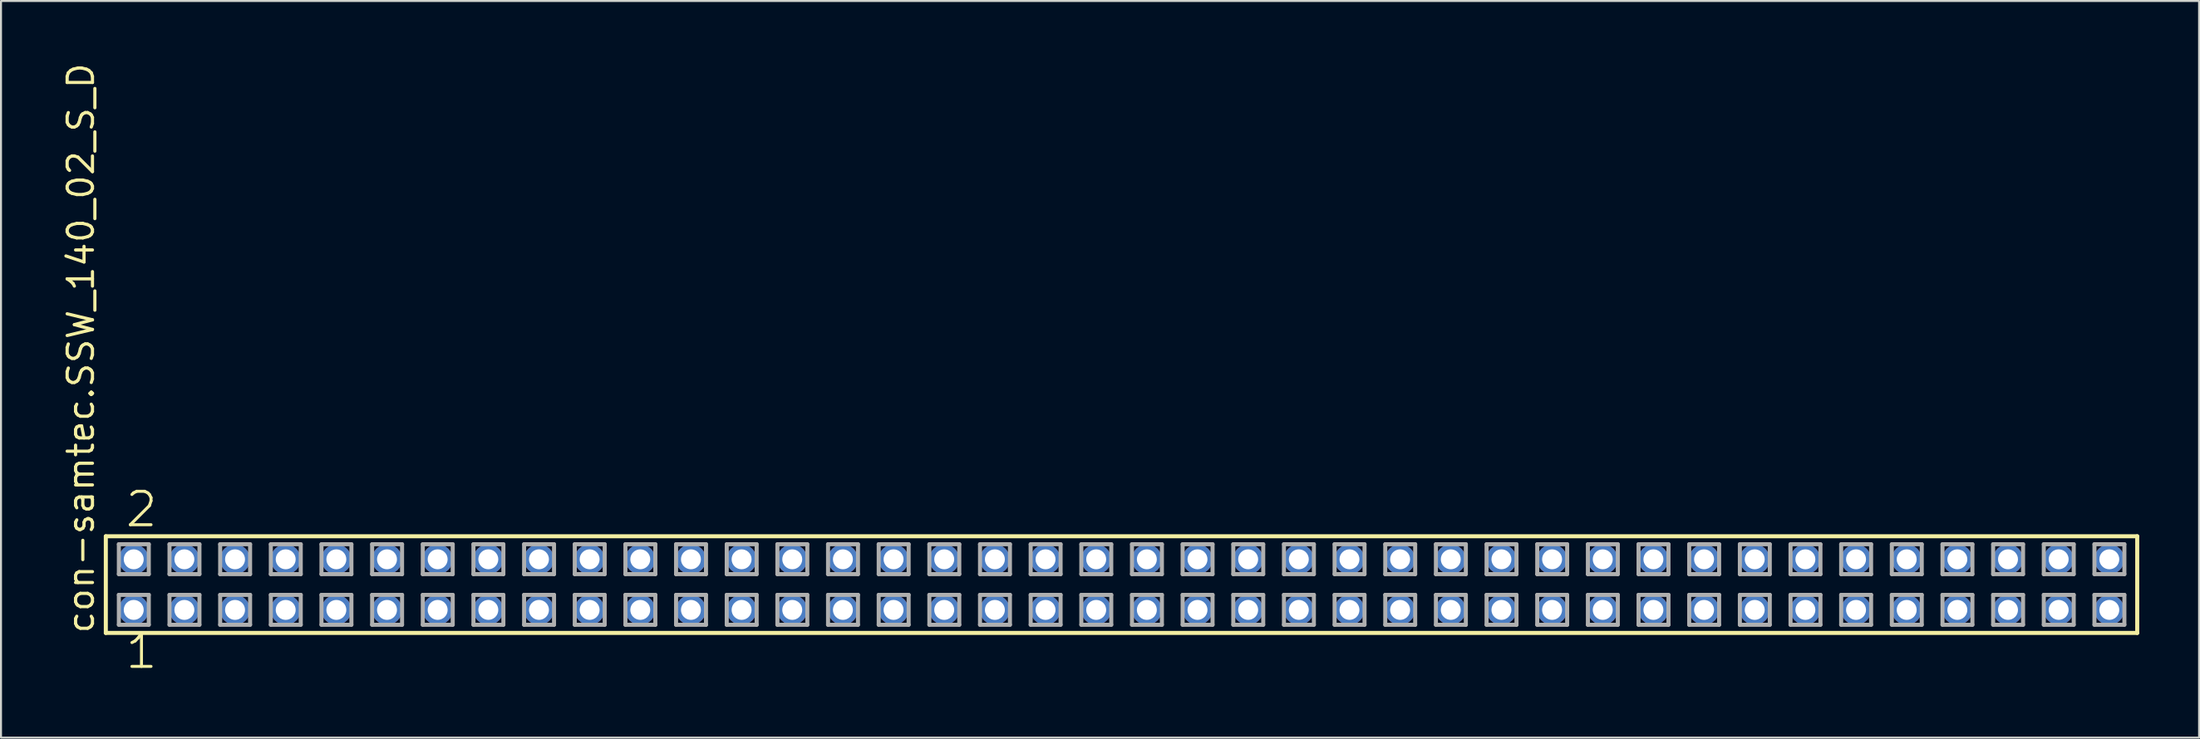
<source format=kicad_pcb>
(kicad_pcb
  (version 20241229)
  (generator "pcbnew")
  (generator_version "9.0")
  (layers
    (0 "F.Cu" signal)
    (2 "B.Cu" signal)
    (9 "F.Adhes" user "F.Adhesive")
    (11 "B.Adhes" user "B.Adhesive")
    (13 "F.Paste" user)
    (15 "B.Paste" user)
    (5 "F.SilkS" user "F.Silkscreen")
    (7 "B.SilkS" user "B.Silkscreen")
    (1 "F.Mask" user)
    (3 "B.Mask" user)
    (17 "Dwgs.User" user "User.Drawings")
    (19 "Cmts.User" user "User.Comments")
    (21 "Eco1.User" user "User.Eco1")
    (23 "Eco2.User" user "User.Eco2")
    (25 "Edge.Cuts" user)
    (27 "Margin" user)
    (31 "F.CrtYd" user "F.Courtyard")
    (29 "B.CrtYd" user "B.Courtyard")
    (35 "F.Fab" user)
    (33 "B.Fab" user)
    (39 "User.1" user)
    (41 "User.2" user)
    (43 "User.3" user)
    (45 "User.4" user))
  (footprint "con-samtec.SSW_140_02_S_D"
    (layer "F.Cu")
    (at 53.185 26.291)
    (property "Reference" "con-samtec.SSW_140_02_S_D" (at -51.435 2.54 90) (layer "F.SilkS") (effects (font (size 1.27 1.27) (thickness 0.16)) (justify left bottom)))
    (attr through_hole)
    (fp_line (start -50.929 -2.425) (end 50.929 -2.425) (stroke (width 0.203) (type default)) (layer "F.SilkS"))
    (fp_line (start -50.929 2.425) (end -50.929 -2.425) (stroke (width 0.203) (type default)) (layer "F.SilkS"))
    (fp_line (start 50.929 -2.425) (end 50.929 2.425) (stroke (width 0.203) (type default)) (layer "F.SilkS"))
    (fp_line (start 50.929 2.425) (end -50.929 2.425) (stroke (width 0.203) (type default)) (layer "F.SilkS"))
    (fp_line (start -50.275 -2.025) (end -48.775 -2.025) (stroke (width 0.203) (type default)) (layer "F.Fab"))
    (fp_line (start -50.275 -0.525) (end -50.275 -2.025) (stroke (width 0.203) (type default)) (layer "F.Fab"))
    (fp_line (start -50.275 0.515) (end -48.775 0.515) (stroke (width 0.203) (type default)) (layer "F.Fab"))
    (fp_line (start -50.275 2.015) (end -50.275 0.515) (stroke (width 0.203) (type default)) (layer "F.Fab"))
    (fp_line (start -48.775 -2.025) (end -48.775 -0.525) (stroke (width 0.203) (type default)) (layer "F.Fab"))
    (fp_line (start -48.775 -0.525) (end -50.275 -0.525) (stroke (width 0.203) (type default)) (layer "F.Fab"))
    (fp_line (start -48.775 0.515) (end -48.775 2.015) (stroke (width 0.203) (type default)) (layer "F.Fab"))
    (fp_line (start -48.775 2.015) (end -50.275 2.015) (stroke (width 0.203) (type default)) (layer "F.Fab"))
    (fp_line (start -47.735 -2.025) (end -46.235 -2.025) (stroke (width 0.203) (type default)) (layer "F.Fab"))
    (fp_line (start -47.735 -0.525) (end -47.735 -2.025) (stroke (width 0.203) (type default)) (layer "F.Fab"))
    (fp_line (start -47.735 0.515) (end -46.235 0.515) (stroke (width 0.203) (type default)) (layer "F.Fab"))
    (fp_line (start -47.735 2.015) (end -47.735 0.515) (stroke (width 0.203) (type default)) (layer "F.Fab"))
    (fp_line (start -46.235 -2.025) (end -46.235 -0.525) (stroke (width 0.203) (type default)) (layer "F.Fab"))
    (fp_line (start -46.235 -0.525) (end -47.735 -0.525) (stroke (width 0.203) (type default)) (layer "F.Fab"))
    (fp_line (start -46.235 0.515) (end -46.235 2.015) (stroke (width 0.203) (type default)) (layer "F.Fab"))
    (fp_line (start -46.235 2.015) (end -47.735 2.015) (stroke (width 0.203) (type default)) (layer "F.Fab"))
    (fp_line (start -45.195 -2.025) (end -43.695 -2.025) (stroke (width 0.203) (type default)) (layer "F.Fab"))
    (fp_line (start -45.195 -0.525) (end -45.195 -2.025) (stroke (width 0.203) (type default)) (layer "F.Fab"))
    (fp_line (start -45.195 0.515) (end -43.695 0.515) (stroke (width 0.203) (type default)) (layer "F.Fab"))
    (fp_line (start -45.195 2.015) (end -45.195 0.515) (stroke (width 0.203) (type default)) (layer "F.Fab"))
    (fp_line (start -43.695 -2.025) (end -43.695 -0.525) (stroke (width 0.203) (type default)) (layer "F.Fab"))
    (fp_line (start -43.695 -0.525) (end -45.195 -0.525) (stroke (width 0.203) (type default)) (layer "F.Fab"))
    (fp_line (start -43.695 0.515) (end -43.695 2.015) (stroke (width 0.203) (type default)) (layer "F.Fab"))
    (fp_line (start -43.695 2.015) (end -45.195 2.015) (stroke (width 0.203) (type default)) (layer "F.Fab"))
    (fp_line (start -42.655 -2.025) (end -41.155 -2.025) (stroke (width 0.203) (type default)) (layer "F.Fab"))
    (fp_line (start -42.655 -0.525) (end -42.655 -2.025) (stroke (width 0.203) (type default)) (layer "F.Fab"))
    (fp_line (start -42.655 0.515) (end -41.155 0.515) (stroke (width 0.203) (type default)) (layer "F.Fab"))
    (fp_line (start -42.655 2.015) (end -42.655 0.515) (stroke (width 0.203) (type default)) (layer "F.Fab"))
    (fp_line (start -41.155 -2.025) (end -41.155 -0.525) (stroke (width 0.203) (type default)) (layer "F.Fab"))
    (fp_line (start -41.155 -0.525) (end -42.655 -0.525) (stroke (width 0.203) (type default)) (layer "F.Fab"))
    (fp_line (start -41.155 0.515) (end -41.155 2.015) (stroke (width 0.203) (type default)) (layer "F.Fab"))
    (fp_line (start -41.155 2.015) (end -42.655 2.015) (stroke (width 0.203) (type default)) (layer "F.Fab"))
    (fp_line (start -40.115 -2.025) (end -38.615 -2.025) (stroke (width 0.203) (type default)) (layer "F.Fab"))
    (fp_line (start -40.115 -0.525) (end -40.115 -2.025) (stroke (width 0.203) (type default)) (layer "F.Fab"))
    (fp_line (start -40.115 0.515) (end -38.615 0.515) (stroke (width 0.203) (type default)) (layer "F.Fab"))
    (fp_line (start -40.115 2.015) (end -40.115 0.515) (stroke (width 0.203) (type default)) (layer "F.Fab"))
    (fp_line (start -38.615 -2.025) (end -38.615 -0.525) (stroke (width 0.203) (type default)) (layer "F.Fab"))
    (fp_line (start -38.615 -0.525) (end -40.115 -0.525) (stroke (width 0.203) (type default)) (layer "F.Fab"))
    (fp_line (start -38.615 0.515) (end -38.615 2.015) (stroke (width 0.203) (type default)) (layer "F.Fab"))
    (fp_line (start -38.615 2.015) (end -40.115 2.015) (stroke (width 0.203) (type default)) (layer "F.Fab"))
    (fp_line (start -37.575 -2.025) (end -36.075 -2.025) (stroke (width 0.203) (type default)) (layer "F.Fab"))
    (fp_line (start -37.575 -0.525) (end -37.575 -2.025) (stroke (width 0.203) (type default)) (layer "F.Fab"))
    (fp_line (start -37.575 0.515) (end -36.075 0.515) (stroke (width 0.203) (type default)) (layer "F.Fab"))
    (fp_line (start -37.575 2.015) (end -37.575 0.515) (stroke (width 0.203) (type default)) (layer "F.Fab"))
    (fp_line (start -36.075 -2.025) (end -36.075 -0.525) (stroke (width 0.203) (type default)) (layer "F.Fab"))
    (fp_line (start -36.075 -0.525) (end -37.575 -0.525) (stroke (width 0.203) (type default)) (layer "F.Fab"))
    (fp_line (start -36.075 0.515) (end -36.075 2.015) (stroke (width 0.203) (type default)) (layer "F.Fab"))
    (fp_line (start -36.075 2.015) (end -37.575 2.015) (stroke (width 0.203) (type default)) (layer "F.Fab"))
    (fp_line (start -35.035 -2.025) (end -33.535 -2.025) (stroke (width 0.203) (type default)) (layer "F.Fab"))
    (fp_line (start -35.035 -0.525) (end -35.035 -2.025) (stroke (width 0.203) (type default)) (layer "F.Fab"))
    (fp_line (start -35.035 0.515) (end -33.535 0.515) (stroke (width 0.203) (type default)) (layer "F.Fab"))
    (fp_line (start -35.035 2.015) (end -35.035 0.515) (stroke (width 0.203) (type default)) (layer "F.Fab"))
    (fp_line (start -33.535 -2.025) (end -33.535 -0.525) (stroke (width 0.203) (type default)) (layer "F.Fab"))
    (fp_line (start -33.535 -0.525) (end -35.035 -0.525) (stroke (width 0.203) (type default)) (layer "F.Fab"))
    (fp_line (start -33.535 0.515) (end -33.535 2.015) (stroke (width 0.203) (type default)) (layer "F.Fab"))
    (fp_line (start -33.535 2.015) (end -35.035 2.015) (stroke (width 0.203) (type default)) (layer "F.Fab"))
    (fp_line (start -32.495 -2.025) (end -30.995 -2.025) (stroke (width 0.203) (type default)) (layer "F.Fab"))
    (fp_line (start -32.495 -0.525) (end -32.495 -2.025) (stroke (width 0.203) (type default)) (layer "F.Fab"))
    (fp_line (start -32.495 0.515) (end -30.995 0.515) (stroke (width 0.203) (type default)) (layer "F.Fab"))
    (fp_line (start -32.495 2.015) (end -32.495 0.515) (stroke (width 0.203) (type default)) (layer "F.Fab"))
    (fp_line (start -30.995 -2.025) (end -30.995 -0.525) (stroke (width 0.203) (type default)) (layer "F.Fab"))
    (fp_line (start -30.995 -0.525) (end -32.495 -0.525) (stroke (width 0.203) (type default)) (layer "F.Fab"))
    (fp_line (start -30.995 0.515) (end -30.995 2.015) (stroke (width 0.203) (type default)) (layer "F.Fab"))
    (fp_line (start -30.995 2.015) (end -32.495 2.015) (stroke (width 0.203) (type default)) (layer "F.Fab"))
    (fp_line (start -29.955 -2.025) (end -28.455 -2.025) (stroke (width 0.203) (type default)) (layer "F.Fab"))
    (fp_line (start -29.955 -0.525) (end -29.955 -2.025) (stroke (width 0.203) (type default)) (layer "F.Fab"))
    (fp_line (start -29.955 0.515) (end -28.455 0.515) (stroke (width 0.203) (type default)) (layer "F.Fab"))
    (fp_line (start -29.955 2.015) (end -29.955 0.515) (stroke (width 0.203) (type default)) (layer "F.Fab"))
    (fp_line (start -28.455 -2.025) (end -28.455 -0.525) (stroke (width 0.203) (type default)) (layer "F.Fab"))
    (fp_line (start -28.455 -0.525) (end -29.955 -0.525) (stroke (width 0.203) (type default)) (layer "F.Fab"))
    (fp_line (start -28.455 0.515) (end -28.455 2.015) (stroke (width 0.203) (type default)) (layer "F.Fab"))
    (fp_line (start -28.455 2.015) (end -29.955 2.015) (stroke (width 0.203) (type default)) (layer "F.Fab"))
    (fp_line (start -27.415 -2.025) (end -25.915 -2.025) (stroke (width 0.203) (type default)) (layer "F.Fab"))
    (fp_line (start -27.415 -0.525) (end -27.415 -2.025) (stroke (width 0.203) (type default)) (layer "F.Fab"))
    (fp_line (start -27.415 0.515) (end -25.915 0.515) (stroke (width 0.203) (type default)) (layer "F.Fab"))
    (fp_line (start -27.415 2.015) (end -27.415 0.515) (stroke (width 0.203) (type default)) (layer "F.Fab"))
    (fp_line (start -25.915 -2.025) (end -25.915 -0.525) (stroke (width 0.203) (type default)) (layer "F.Fab"))
    (fp_line (start -25.915 -0.525) (end -27.415 -0.525) (stroke (width 0.203) (type default)) (layer "F.Fab"))
    (fp_line (start -25.915 0.515) (end -25.915 2.015) (stroke (width 0.203) (type default)) (layer "F.Fab"))
    (fp_line (start -25.915 2.015) (end -27.415 2.015) (stroke (width 0.203) (type default)) (layer "F.Fab"))
    (fp_line (start -24.875 -2.025) (end -23.375 -2.025) (stroke (width 0.203) (type default)) (layer "F.Fab"))
    (fp_line (start -24.875 -0.525) (end -24.875 -2.025) (stroke (width 0.203) (type default)) (layer "F.Fab"))
    (fp_line (start -24.875 0.515) (end -23.375 0.515) (stroke (width 0.203) (type default)) (layer "F.Fab"))
    (fp_line (start -24.875 2.015) (end -24.875 0.515) (stroke (width 0.203) (type default)) (layer "F.Fab"))
    (fp_line (start -23.375 -2.025) (end -23.375 -0.525) (stroke (width 0.203) (type default)) (layer "F.Fab"))
    (fp_line (start -23.375 -0.525) (end -24.875 -0.525) (stroke (width 0.203) (type default)) (layer "F.Fab"))
    (fp_line (start -23.375 0.515) (end -23.375 2.015) (stroke (width 0.203) (type default)) (layer "F.Fab"))
    (fp_line (start -23.375 2.015) (end -24.875 2.015) (stroke (width 0.203) (type default)) (layer "F.Fab"))
    (fp_line (start -22.335 -2.025) (end -20.835 -2.025) (stroke (width 0.203) (type default)) (layer "F.Fab"))
    (fp_line (start -22.335 -0.525) (end -22.335 -2.025) (stroke (width 0.203) (type default)) (layer "F.Fab"))
    (fp_line (start -22.335 0.515) (end -20.835 0.515) (stroke (width 0.203) (type default)) (layer "F.Fab"))
    (fp_line (start -22.335 2.015) (end -22.335 0.515) (stroke (width 0.203) (type default)) (layer "F.Fab"))
    (fp_line (start -20.835 -2.025) (end -20.835 -0.525) (stroke (width 0.203) (type default)) (layer "F.Fab"))
    (fp_line (start -20.835 -0.525) (end -22.335 -0.525) (stroke (width 0.203) (type default)) (layer "F.Fab"))
    (fp_line (start -20.835 0.515) (end -20.835 2.015) (stroke (width 0.203) (type default)) (layer "F.Fab"))
    (fp_line (start -20.835 2.015) (end -22.335 2.015) (stroke (width 0.203) (type default)) (layer "F.Fab"))
    (fp_line (start -19.795 -2.025) (end -18.295 -2.025) (stroke (width 0.203) (type default)) (layer "F.Fab"))
    (fp_line (start -19.795 -0.525) (end -19.795 -2.025) (stroke (width 0.203) (type default)) (layer "F.Fab"))
    (fp_line (start -19.795 0.515) (end -18.295 0.515) (stroke (width 0.203) (type default)) (layer "F.Fab"))
    (fp_line (start -19.795 2.015) (end -19.795 0.515) (stroke (width 0.203) (type default)) (layer "F.Fab"))
    (fp_line (start -18.295 -2.025) (end -18.295 -0.525) (stroke (width 0.203) (type default)) (layer "F.Fab"))
    (fp_line (start -18.295 -0.525) (end -19.795 -0.525) (stroke (width 0.203) (type default)) (layer "F.Fab"))
    (fp_line (start -18.295 0.515) (end -18.295 2.015) (stroke (width 0.203) (type default)) (layer "F.Fab"))
    (fp_line (start -18.295 2.015) (end -19.795 2.015) (stroke (width 0.203) (type default)) (layer "F.Fab"))
    (fp_line (start -17.255 -2.025) (end -15.755 -2.025) (stroke (width 0.203) (type default)) (layer "F.Fab"))
    (fp_line (start -17.255 -0.525) (end -17.255 -2.025) (stroke (width 0.203) (type default)) (layer "F.Fab"))
    (fp_line (start -17.255 0.515) (end -15.755 0.515) (stroke (width 0.203) (type default)) (layer "F.Fab"))
    (fp_line (start -17.255 2.015) (end -17.255 0.515) (stroke (width 0.203) (type default)) (layer "F.Fab"))
    (fp_line (start -15.755 -2.025) (end -15.755 -0.525) (stroke (width 0.203) (type default)) (layer "F.Fab"))
    (fp_line (start -15.755 -0.525) (end -17.255 -0.525) (stroke (width 0.203) (type default)) (layer "F.Fab"))
    (fp_line (start -15.755 0.515) (end -15.755 2.015) (stroke (width 0.203) (type default)) (layer "F.Fab"))
    (fp_line (start -15.755 2.015) (end -17.255 2.015) (stroke (width 0.203) (type default)) (layer "F.Fab"))
    (fp_line (start -14.715 -2.025) (end -13.215 -2.025) (stroke (width 0.203) (type default)) (layer "F.Fab"))
    (fp_line (start -14.715 -0.525) (end -14.715 -2.025) (stroke (width 0.203) (type default)) (layer "F.Fab"))
    (fp_line (start -14.715 0.515) (end -13.215 0.515) (stroke (width 0.203) (type default)) (layer "F.Fab"))
    (fp_line (start -14.715 2.015) (end -14.715 0.515) (stroke (width 0.203) (type default)) (layer "F.Fab"))
    (fp_line (start -13.215 -2.025) (end -13.215 -0.525) (stroke (width 0.203) (type default)) (layer "F.Fab"))
    (fp_line (start -13.215 -0.525) (end -14.715 -0.525) (stroke (width 0.203) (type default)) (layer "F.Fab"))
    (fp_line (start -13.215 0.515) (end -13.215 2.015) (stroke (width 0.203) (type default)) (layer "F.Fab"))
    (fp_line (start -13.215 2.015) (end -14.715 2.015) (stroke (width 0.203) (type default)) (layer "F.Fab"))
    (fp_line (start -12.175 -2.025) (end -10.675 -2.025) (stroke (width 0.203) (type default)) (layer "F.Fab"))
    (fp_line (start -12.175 -0.525) (end -12.175 -2.025) (stroke (width 0.203) (type default)) (layer "F.Fab"))
    (fp_line (start -12.175 0.515) (end -10.675 0.515) (stroke (width 0.203) (type default)) (layer "F.Fab"))
    (fp_line (start -12.175 2.015) (end -12.175 0.515) (stroke (width 0.203) (type default)) (layer "F.Fab"))
    (fp_line (start -10.675 -2.025) (end -10.675 -0.525) (stroke (width 0.203) (type default)) (layer "F.Fab"))
    (fp_line (start -10.675 -0.525) (end -12.175 -0.525) (stroke (width 0.203) (type default)) (layer "F.Fab"))
    (fp_line (start -10.675 0.515) (end -10.675 2.015) (stroke (width 0.203) (type default)) (layer "F.Fab"))
    (fp_line (start -10.675 2.015) (end -12.175 2.015) (stroke (width 0.203) (type default)) (layer "F.Fab"))
    (fp_line (start -9.635 -2.025) (end -8.135 -2.025) (stroke (width 0.203) (type default)) (layer "F.Fab"))
    (fp_line (start -9.635 -0.525) (end -9.635 -2.025) (stroke (width 0.203) (type default)) (layer "F.Fab"))
    (fp_line (start -9.635 0.515) (end -8.135 0.515) (stroke (width 0.203) (type default)) (layer "F.Fab"))
    (fp_line (start -9.635 2.015) (end -9.635 0.515) (stroke (width 0.203) (type default)) (layer "F.Fab"))
    (fp_line (start -8.135 -2.025) (end -8.135 -0.525) (stroke (width 0.203) (type default)) (layer "F.Fab"))
    (fp_line (start -8.135 -0.525) (end -9.635 -0.525) (stroke (width 0.203) (type default)) (layer "F.Fab"))
    (fp_line (start -8.135 0.515) (end -8.135 2.015) (stroke (width 0.203) (type default)) (layer "F.Fab"))
    (fp_line (start -8.135 2.015) (end -9.635 2.015) (stroke (width 0.203) (type default)) (layer "F.Fab"))
    (fp_line (start -7.095 -2.025) (end -5.595 -2.025) (stroke (width 0.203) (type default)) (layer "F.Fab"))
    (fp_line (start -7.095 -0.525) (end -7.095 -2.025) (stroke (width 0.203) (type default)) (layer "F.Fab"))
    (fp_line (start -7.095 0.515) (end -5.595 0.515) (stroke (width 0.203) (type default)) (layer "F.Fab"))
    (fp_line (start -7.095 2.015) (end -7.095 0.515) (stroke (width 0.203) (type default)) (layer "F.Fab"))
    (fp_line (start -5.595 -2.025) (end -5.595 -0.525) (stroke (width 0.203) (type default)) (layer "F.Fab"))
    (fp_line (start -5.595 -0.525) (end -7.095 -0.525) (stroke (width 0.203) (type default)) (layer "F.Fab"))
    (fp_line (start -5.595 0.515) (end -5.595 2.015) (stroke (width 0.203) (type default)) (layer "F.Fab"))
    (fp_line (start -5.595 2.015) (end -7.095 2.015) (stroke (width 0.203) (type default)) (layer "F.Fab"))
    (fp_line (start -4.555 -2.025) (end -3.055 -2.025) (stroke (width 0.203) (type default)) (layer "F.Fab"))
    (fp_line (start -4.555 -0.525) (end -4.555 -2.025) (stroke (width 0.203) (type default)) (layer "F.Fab"))
    (fp_line (start -4.555 0.515) (end -3.055 0.515) (stroke (width 0.203) (type default)) (layer "F.Fab"))
    (fp_line (start -4.555 2.015) (end -4.555 0.515) (stroke (width 0.203) (type default)) (layer "F.Fab"))
    (fp_line (start -3.055 -2.025) (end -3.055 -0.525) (stroke (width 0.203) (type default)) (layer "F.Fab"))
    (fp_line (start -3.055 -0.525) (end -4.555 -0.525) (stroke (width 0.203) (type default)) (layer "F.Fab"))
    (fp_line (start -3.055 0.515) (end -3.055 2.015) (stroke (width 0.203) (type default)) (layer "F.Fab"))
    (fp_line (start -3.055 2.015) (end -4.555 2.015) (stroke (width 0.203) (type default)) (layer "F.Fab"))
    (fp_line (start -2.015 -2.025) (end -0.515 -2.025) (stroke (width 0.203) (type default)) (layer "F.Fab"))
    (fp_line (start -2.015 -0.525) (end -2.015 -2.025) (stroke (width 0.203) (type default)) (layer "F.Fab"))
    (fp_line (start -2.015 0.515) (end -0.515 0.515) (stroke (width 0.203) (type default)) (layer "F.Fab"))
    (fp_line (start -2.015 2.015) (end -2.015 0.515) (stroke (width 0.203) (type default)) (layer "F.Fab"))
    (fp_line (start -0.515 -2.025) (end -0.515 -0.525) (stroke (width 0.203) (type default)) (layer "F.Fab"))
    (fp_line (start -0.515 -0.525) (end -2.015 -0.525) (stroke (width 0.203) (type default)) (layer "F.Fab"))
    (fp_line (start -0.515 0.515) (end -0.515 2.015) (stroke (width 0.203) (type default)) (layer "F.Fab"))
    (fp_line (start -0.515 2.015) (end -2.015 2.015) (stroke (width 0.203) (type default)) (layer "F.Fab"))
    (fp_line (start 0.525 -2.025) (end 2.025 -2.025) (stroke (width 0.203) (type default)) (layer "F.Fab"))
    (fp_line (start 0.525 -0.525) (end 0.525 -2.025) (stroke (width 0.203) (type default)) (layer "F.Fab"))
    (fp_line (start 0.525 0.515) (end 2.025 0.515) (stroke (width 0.203) (type default)) (layer "F.Fab"))
    (fp_line (start 0.525 2.015) (end 0.525 0.515) (stroke (width 0.203) (type default)) (layer "F.Fab"))
    (fp_line (start 2.025 -2.025) (end 2.025 -0.525) (stroke (width 0.203) (type default)) (layer "F.Fab"))
    (fp_line (start 2.025 -0.525) (end 0.525 -0.525) (stroke (width 0.203) (type default)) (layer "F.Fab"))
    (fp_line (start 2.025 0.515) (end 2.025 2.015) (stroke (width 0.203) (type default)) (layer "F.Fab"))
    (fp_line (start 2.025 2.015) (end 0.525 2.015) (stroke (width 0.203) (type default)) (layer "F.Fab"))
    (fp_line (start 3.065 -2.025) (end 4.565 -2.025) (stroke (width 0.203) (type default)) (layer "F.Fab"))
    (fp_line (start 3.065 -0.525) (end 3.065 -2.025) (stroke (width 0.203) (type default)) (layer "F.Fab"))
    (fp_line (start 3.065 0.515) (end 4.565 0.515) (stroke (width 0.203) (type default)) (layer "F.Fab"))
    (fp_line (start 3.065 2.015) (end 3.065 0.515) (stroke (width 0.203) (type default)) (layer "F.Fab"))
    (fp_line (start 4.565 -2.025) (end 4.565 -0.525) (stroke (width 0.203) (type default)) (layer "F.Fab"))
    (fp_line (start 4.565 -0.525) (end 3.065 -0.525) (stroke (width 0.203) (type default)) (layer "F.Fab"))
    (fp_line (start 4.565 0.515) (end 4.565 2.015) (stroke (width 0.203) (type default)) (layer "F.Fab"))
    (fp_line (start 4.565 2.015) (end 3.065 2.015) (stroke (width 0.203) (type default)) (layer "F.Fab"))
    (fp_line (start 5.605 -2.025) (end 7.105 -2.025) (stroke (width 0.203) (type default)) (layer "F.Fab"))
    (fp_line (start 5.605 -0.525) (end 5.605 -2.025) (stroke (width 0.203) (type default)) (layer "F.Fab"))
    (fp_line (start 5.605 0.515) (end 7.105 0.515) (stroke (width 0.203) (type default)) (layer "F.Fab"))
    (fp_line (start 5.605 2.015) (end 5.605 0.515) (stroke (width 0.203) (type default)) (layer "F.Fab"))
    (fp_line (start 7.105 -2.025) (end 7.105 -0.525) (stroke (width 0.203) (type default)) (layer "F.Fab"))
    (fp_line (start 7.105 -0.525) (end 5.605 -0.525) (stroke (width 0.203) (type default)) (layer "F.Fab"))
    (fp_line (start 7.105 0.515) (end 7.105 2.015) (stroke (width 0.203) (type default)) (layer "F.Fab"))
    (fp_line (start 7.105 2.015) (end 5.605 2.015) (stroke (width 0.203) (type default)) (layer "F.Fab"))
    (fp_line (start 8.145 -2.025) (end 9.645 -2.025) (stroke (width 0.203) (type default)) (layer "F.Fab"))
    (fp_line (start 8.145 -0.525) (end 8.145 -2.025) (stroke (width 0.203) (type default)) (layer "F.Fab"))
    (fp_line (start 8.145 0.515) (end 9.645 0.515) (stroke (width 0.203) (type default)) (layer "F.Fab"))
    (fp_line (start 8.145 2.015) (end 8.145 0.515) (stroke (width 0.203) (type default)) (layer "F.Fab"))
    (fp_line (start 9.645 -2.025) (end 9.645 -0.525) (stroke (width 0.203) (type default)) (layer "F.Fab"))
    (fp_line (start 9.645 -0.525) (end 8.145 -0.525) (stroke (width 0.203) (type default)) (layer "F.Fab"))
    (fp_line (start 9.645 0.515) (end 9.645 2.015) (stroke (width 0.203) (type default)) (layer "F.Fab"))
    (fp_line (start 9.645 2.015) (end 8.145 2.015) (stroke (width 0.203) (type default)) (layer "F.Fab"))
    (fp_line (start 10.685 -2.025) (end 12.185 -2.025) (stroke (width 0.203) (type default)) (layer "F.Fab"))
    (fp_line (start 10.685 -0.525) (end 10.685 -2.025) (stroke (width 0.203) (type default)) (layer "F.Fab"))
    (fp_line (start 10.685 0.515) (end 12.185 0.515) (stroke (width 0.203) (type default)) (layer "F.Fab"))
    (fp_line (start 10.685 2.015) (end 10.685 0.515) (stroke (width 0.203) (type default)) (layer "F.Fab"))
    (fp_line (start 12.185 -2.025) (end 12.185 -0.525) (stroke (width 0.203) (type default)) (layer "F.Fab"))
    (fp_line (start 12.185 -0.525) (end 10.685 -0.525) (stroke (width 0.203) (type default)) (layer "F.Fab"))
    (fp_line (start 12.185 0.515) (end 12.185 2.015) (stroke (width 0.203) (type default)) (layer "F.Fab"))
    (fp_line (start 12.185 2.015) (end 10.685 2.015) (stroke (width 0.203) (type default)) (layer "F.Fab"))
    (fp_line (start 13.225 -2.025) (end 14.725 -2.025) (stroke (width 0.203) (type default)) (layer "F.Fab"))
    (fp_line (start 13.225 -0.525) (end 13.225 -2.025) (stroke (width 0.203) (type default)) (layer "F.Fab"))
    (fp_line (start 13.225 0.515) (end 14.725 0.515) (stroke (width 0.203) (type default)) (layer "F.Fab"))
    (fp_line (start 13.225 2.015) (end 13.225 0.515) (stroke (width 0.203) (type default)) (layer "F.Fab"))
    (fp_line (start 14.725 -2.025) (end 14.725 -0.525) (stroke (width 0.203) (type default)) (layer "F.Fab"))
    (fp_line (start 14.725 -0.525) (end 13.225 -0.525) (stroke (width 0.203) (type default)) (layer "F.Fab"))
    (fp_line (start 14.725 0.515) (end 14.725 2.015) (stroke (width 0.203) (type default)) (layer "F.Fab"))
    (fp_line (start 14.725 2.015) (end 13.225 2.015) (stroke (width 0.203) (type default)) (layer "F.Fab"))
    (fp_line (start 15.765 -2.025) (end 17.265 -2.025) (stroke (width 0.203) (type default)) (layer "F.Fab"))
    (fp_line (start 15.765 -0.525) (end 15.765 -2.025) (stroke (width 0.203) (type default)) (layer "F.Fab"))
    (fp_line (start 15.765 0.515) (end 17.265 0.515) (stroke (width 0.203) (type default)) (layer "F.Fab"))
    (fp_line (start 15.765 2.015) (end 15.765 0.515) (stroke (width 0.203) (type default)) (layer "F.Fab"))
    (fp_line (start 17.265 -2.025) (end 17.265 -0.525) (stroke (width 0.203) (type default)) (layer "F.Fab"))
    (fp_line (start 17.265 -0.525) (end 15.765 -0.525) (stroke (width 0.203) (type default)) (layer "F.Fab"))
    (fp_line (start 17.265 0.515) (end 17.265 2.015) (stroke (width 0.203) (type default)) (layer "F.Fab"))
    (fp_line (start 17.265 2.015) (end 15.765 2.015) (stroke (width 0.203) (type default)) (layer "F.Fab"))
    (fp_line (start 18.305 -2.025) (end 19.805 -2.025) (stroke (width 0.203) (type default)) (layer "F.Fab"))
    (fp_line (start 18.305 -0.525) (end 18.305 -2.025) (stroke (width 0.203) (type default)) (layer "F.Fab"))
    (fp_line (start 18.305 0.515) (end 19.805 0.515) (stroke (width 0.203) (type default)) (layer "F.Fab"))
    (fp_line (start 18.305 2.015) (end 18.305 0.515) (stroke (width 0.203) (type default)) (layer "F.Fab"))
    (fp_line (start 19.805 -2.025) (end 19.805 -0.525) (stroke (width 0.203) (type default)) (layer "F.Fab"))
    (fp_line (start 19.805 -0.525) (end 18.305 -0.525) (stroke (width 0.203) (type default)) (layer "F.Fab"))
    (fp_line (start 19.805 0.515) (end 19.805 2.015) (stroke (width 0.203) (type default)) (layer "F.Fab"))
    (fp_line (start 19.805 2.015) (end 18.305 2.015) (stroke (width 0.203) (type default)) (layer "F.Fab"))
    (fp_line (start 20.845 -2.025) (end 22.345 -2.025) (stroke (width 0.203) (type default)) (layer "F.Fab"))
    (fp_line (start 20.845 -0.525) (end 20.845 -2.025) (stroke (width 0.203) (type default)) (layer "F.Fab"))
    (fp_line (start 20.845 0.515) (end 22.345 0.515) (stroke (width 0.203) (type default)) (layer "F.Fab"))
    (fp_line (start 20.845 2.015) (end 20.845 0.515) (stroke (width 0.203) (type default)) (layer "F.Fab"))
    (fp_line (start 22.345 -2.025) (end 22.345 -0.525) (stroke (width 0.203) (type default)) (layer "F.Fab"))
    (fp_line (start 22.345 -0.525) (end 20.845 -0.525) (stroke (width 0.203) (type default)) (layer "F.Fab"))
    (fp_line (start 22.345 0.515) (end 22.345 2.015) (stroke (width 0.203) (type default)) (layer "F.Fab"))
    (fp_line (start 22.345 2.015) (end 20.845 2.015) (stroke (width 0.203) (type default)) (layer "F.Fab"))
    (fp_line (start 23.385 -2.025) (end 24.885 -2.025) (stroke (width 0.203) (type default)) (layer "F.Fab"))
    (fp_line (start 23.385 -0.525) (end 23.385 -2.025) (stroke (width 0.203) (type default)) (layer "F.Fab"))
    (fp_line (start 23.385 0.515) (end 24.885 0.515) (stroke (width 0.203) (type default)) (layer "F.Fab"))
    (fp_line (start 23.385 2.015) (end 23.385 0.515) (stroke (width 0.203) (type default)) (layer "F.Fab"))
    (fp_line (start 24.885 -2.025) (end 24.885 -0.525) (stroke (width 0.203) (type default)) (layer "F.Fab"))
    (fp_line (start 24.885 -0.525) (end 23.385 -0.525) (stroke (width 0.203) (type default)) (layer "F.Fab"))
    (fp_line (start 24.885 0.515) (end 24.885 2.015) (stroke (width 0.203) (type default)) (layer "F.Fab"))
    (fp_line (start 24.885 2.015) (end 23.385 2.015) (stroke (width 0.203) (type default)) (layer "F.Fab"))
    (fp_line (start 25.925 -2.025) (end 27.425 -2.025) (stroke (width 0.203) (type default)) (layer "F.Fab"))
    (fp_line (start 25.925 -0.525) (end 25.925 -2.025) (stroke (width 0.203) (type default)) (layer "F.Fab"))
    (fp_line (start 25.925 0.515) (end 27.425 0.515) (stroke (width 0.203) (type default)) (layer "F.Fab"))
    (fp_line (start 25.925 2.015) (end 25.925 0.515) (stroke (width 0.203) (type default)) (layer "F.Fab"))
    (fp_line (start 27.425 -2.025) (end 27.425 -0.525) (stroke (width 0.203) (type default)) (layer "F.Fab"))
    (fp_line (start 27.425 -0.525) (end 25.925 -0.525) (stroke (width 0.203) (type default)) (layer "F.Fab"))
    (fp_line (start 27.425 0.515) (end 27.425 2.015) (stroke (width 0.203) (type default)) (layer "F.Fab"))
    (fp_line (start 27.425 2.015) (end 25.925 2.015) (stroke (width 0.203) (type default)) (layer "F.Fab"))
    (fp_line (start 28.465 -2.025) (end 29.965 -2.025) (stroke (width 0.203) (type default)) (layer "F.Fab"))
    (fp_line (start 28.465 -0.525) (end 28.465 -2.025) (stroke (width 0.203) (type default)) (layer "F.Fab"))
    (fp_line (start 28.465 0.515) (end 29.965 0.515) (stroke (width 0.203) (type default)) (layer "F.Fab"))
    (fp_line (start 28.465 2.015) (end 28.465 0.515) (stroke (width 0.203) (type default)) (layer "F.Fab"))
    (fp_line (start 29.965 -2.025) (end 29.965 -0.525) (stroke (width 0.203) (type default)) (layer "F.Fab"))
    (fp_line (start 29.965 -0.525) (end 28.465 -0.525) (stroke (width 0.203) (type default)) (layer "F.Fab"))
    (fp_line (start 29.965 0.515) (end 29.965 2.015) (stroke (width 0.203) (type default)) (layer "F.Fab"))
    (fp_line (start 29.965 2.015) (end 28.465 2.015) (stroke (width 0.203) (type default)) (layer "F.Fab"))
    (fp_line (start 31.005 -2.025) (end 32.505 -2.025) (stroke (width 0.203) (type default)) (layer "F.Fab"))
    (fp_line (start 31.005 -0.525) (end 31.005 -2.025) (stroke (width 0.203) (type default)) (layer "F.Fab"))
    (fp_line (start 31.005 0.515) (end 32.505 0.515) (stroke (width 0.203) (type default)) (layer "F.Fab"))
    (fp_line (start 31.005 2.015) (end 31.005 0.515) (stroke (width 0.203) (type default)) (layer "F.Fab"))
    (fp_line (start 32.505 -2.025) (end 32.505 -0.525) (stroke (width 0.203) (type default)) (layer "F.Fab"))
    (fp_line (start 32.505 -0.525) (end 31.005 -0.525) (stroke (width 0.203) (type default)) (layer "F.Fab"))
    (fp_line (start 32.505 0.515) (end 32.505 2.015) (stroke (width 0.203) (type default)) (layer "F.Fab"))
    (fp_line (start 32.505 2.015) (end 31.005 2.015) (stroke (width 0.203) (type default)) (layer "F.Fab"))
    (fp_line (start 33.545 -2.025) (end 35.045 -2.025) (stroke (width 0.203) (type default)) (layer "F.Fab"))
    (fp_line (start 33.545 -0.525) (end 33.545 -2.025) (stroke (width 0.203) (type default)) (layer "F.Fab"))
    (fp_line (start 33.545 0.515) (end 35.045 0.515) (stroke (width 0.203) (type default)) (layer "F.Fab"))
    (fp_line (start 33.545 2.015) (end 33.545 0.515) (stroke (width 0.203) (type default)) (layer "F.Fab"))
    (fp_line (start 35.045 -2.025) (end 35.045 -0.525) (stroke (width 0.203) (type default)) (layer "F.Fab"))
    (fp_line (start 35.045 -0.525) (end 33.545 -0.525) (stroke (width 0.203) (type default)) (layer "F.Fab"))
    (fp_line (start 35.045 0.515) (end 35.045 2.015) (stroke (width 0.203) (type default)) (layer "F.Fab"))
    (fp_line (start 35.045 2.015) (end 33.545 2.015) (stroke (width 0.203) (type default)) (layer "F.Fab"))
    (fp_line (start 36.085 -2.025) (end 37.585 -2.025) (stroke (width 0.203) (type default)) (layer "F.Fab"))
    (fp_line (start 36.085 -0.525) (end 36.085 -2.025) (stroke (width 0.203) (type default)) (layer "F.Fab"))
    (fp_line (start 36.085 0.515) (end 37.585 0.515) (stroke (width 0.203) (type default)) (layer "F.Fab"))
    (fp_line (start 36.085 2.015) (end 36.085 0.515) (stroke (width 0.203) (type default)) (layer "F.Fab"))
    (fp_line (start 37.585 -2.025) (end 37.585 -0.525) (stroke (width 0.203) (type default)) (layer "F.Fab"))
    (fp_line (start 37.585 -0.525) (end 36.085 -0.525) (stroke (width 0.203) (type default)) (layer "F.Fab"))
    (fp_line (start 37.585 0.515) (end 37.585 2.015) (stroke (width 0.203) (type default)) (layer "F.Fab"))
    (fp_line (start 37.585 2.015) (end 36.085 2.015) (stroke (width 0.203) (type default)) (layer "F.Fab"))
    (fp_line (start 38.625 -2.025) (end 40.125 -2.025) (stroke (width 0.203) (type default)) (layer "F.Fab"))
    (fp_line (start 38.625 -0.525) (end 38.625 -2.025) (stroke (width 0.203) (type default)) (layer "F.Fab"))
    (fp_line (start 38.625 0.515) (end 40.125 0.515) (stroke (width 0.203) (type default)) (layer "F.Fab"))
    (fp_line (start 38.625 2.015) (end 38.625 0.515) (stroke (width 0.203) (type default)) (layer "F.Fab"))
    (fp_line (start 40.125 -2.025) (end 40.125 -0.525) (stroke (width 0.203) (type default)) (layer "F.Fab"))
    (fp_line (start 40.125 -0.525) (end 38.625 -0.525) (stroke (width 0.203) (type default)) (layer "F.Fab"))
    (fp_line (start 40.125 0.515) (end 40.125 2.015) (stroke (width 0.203) (type default)) (layer "F.Fab"))
    (fp_line (start 40.125 2.015) (end 38.625 2.015) (stroke (width 0.203) (type default)) (layer "F.Fab"))
    (fp_line (start 41.165 -2.025) (end 42.665 -2.025) (stroke (width 0.203) (type default)) (layer "F.Fab"))
    (fp_line (start 41.165 -0.525) (end 41.165 -2.025) (stroke (width 0.203) (type default)) (layer "F.Fab"))
    (fp_line (start 41.165 0.515) (end 42.665 0.515) (stroke (width 0.203) (type default)) (layer "F.Fab"))
    (fp_line (start 41.165 2.015) (end 41.165 0.515) (stroke (width 0.203) (type default)) (layer "F.Fab"))
    (fp_line (start 42.665 -2.025) (end 42.665 -0.525) (stroke (width 0.203) (type default)) (layer "F.Fab"))
    (fp_line (start 42.665 -0.525) (end 41.165 -0.525) (stroke (width 0.203) (type default)) (layer "F.Fab"))
    (fp_line (start 42.665 0.515) (end 42.665 2.015) (stroke (width 0.203) (type default)) (layer "F.Fab"))
    (fp_line (start 42.665 2.015) (end 41.165 2.015) (stroke (width 0.203) (type default)) (layer "F.Fab"))
    (fp_line (start 43.705 -2.025) (end 45.205 -2.025) (stroke (width 0.203) (type default)) (layer "F.Fab"))
    (fp_line (start 43.705 -0.525) (end 43.705 -2.025) (stroke (width 0.203) (type default)) (layer "F.Fab"))
    (fp_line (start 43.705 0.515) (end 45.205 0.515) (stroke (width 0.203) (type default)) (layer "F.Fab"))
    (fp_line (start 43.705 2.015) (end 43.705 0.515) (stroke (width 0.203) (type default)) (layer "F.Fab"))
    (fp_line (start 45.205 -2.025) (end 45.205 -0.525) (stroke (width 0.203) (type default)) (layer "F.Fab"))
    (fp_line (start 45.205 -0.525) (end 43.705 -0.525) (stroke (width 0.203) (type default)) (layer "F.Fab"))
    (fp_line (start 45.205 0.515) (end 45.205 2.015) (stroke (width 0.203) (type default)) (layer "F.Fab"))
    (fp_line (start 45.205 2.015) (end 43.705 2.015) (stroke (width 0.203) (type default)) (layer "F.Fab"))
    (fp_line (start 46.245 -2.025) (end 47.745 -2.025) (stroke (width 0.203) (type default)) (layer "F.Fab"))
    (fp_line (start 46.245 -0.525) (end 46.245 -2.025) (stroke (width 0.203) (type default)) (layer "F.Fab"))
    (fp_line (start 46.245 0.515) (end 47.745 0.515) (stroke (width 0.203) (type default)) (layer "F.Fab"))
    (fp_line (start 46.245 2.015) (end 46.245 0.515) (stroke (width 0.203) (type default)) (layer "F.Fab"))
    (fp_line (start 47.745 -2.025) (end 47.745 -0.525) (stroke (width 0.203) (type default)) (layer "F.Fab"))
    (fp_line (start 47.745 -0.525) (end 46.245 -0.525) (stroke (width 0.203) (type default)) (layer "F.Fab"))
    (fp_line (start 47.745 0.515) (end 47.745 2.015) (stroke (width 0.203) (type default)) (layer "F.Fab"))
    (fp_line (start 47.745 2.015) (end 46.245 2.015) (stroke (width 0.203) (type default)) (layer "F.Fab"))
    (fp_line (start 48.785 -2.025) (end 50.285 -2.025) (stroke (width 0.203) (type default)) (layer "F.Fab"))
    (fp_line (start 48.785 -0.525) (end 48.785 -2.025) (stroke (width 0.203) (type default)) (layer "F.Fab"))
    (fp_line (start 48.785 0.515) (end 50.285 0.515) (stroke (width 0.203) (type default)) (layer "F.Fab"))
    (fp_line (start 48.785 2.015) (end 48.785 0.515) (stroke (width 0.203) (type default)) (layer "F.Fab"))
    (fp_line (start 50.285 -2.025) (end 50.285 -0.525) (stroke (width 0.203) (type default)) (layer "F.Fab"))
    (fp_line (start 50.285 -0.525) (end 48.785 -0.525) (stroke (width 0.203) (type default)) (layer "F.Fab"))
    (fp_line (start 50.285 0.515) (end 50.285 2.015) (stroke (width 0.203) (type default)) (layer "F.Fab"))
    (fp_line (start 50.285 2.015) (end 48.785 2.015) (stroke (width 0.203) (type default)) (layer "F.Fab"))
    (fp_text user "2" (at -50.038 -2.794 0) (layer "F.SilkS") (effects (font (size 1.676 1.676) (thickness 0.15)) (justify left bottom)))
    (fp_text user "1" (at -50.038 4.318 0) (layer "F.SilkS") (effects (font (size 1.676 1.676) (thickness 0.15)) (justify left bottom)))
    (pad "1" thru_hole circle (at -49.53 1.27) (size 1.5 1.5) (drill 1) (layers "*.Cu" "*.Mask"))
    (pad "2" thru_hole circle (at -49.53 -1.27) (size 1.5 1.5) (drill 1) (layers "*.Cu" "*.Mask"))
    (pad "3" thru_hole circle (at -46.99 1.27) (size 1.5 1.5) (drill 1) (layers "*.Cu" "*.Mask"))
    (pad "4" thru_hole circle (at -46.99 -1.27) (size 1.5 1.5) (drill 1) (layers "*.Cu" "*.Mask"))
    (pad "5" thru_hole circle (at -44.45 1.27) (size 1.5 1.5) (drill 1) (layers "*.Cu" "*.Mask"))
    (pad "6" thru_hole circle (at -44.45 -1.27) (size 1.5 1.5) (drill 1) (layers "*.Cu" "*.Mask"))
    (pad "7" thru_hole circle (at -41.91 1.27) (size 1.5 1.5) (drill 1) (layers "*.Cu" "*.Mask"))
    (pad "8" thru_hole circle (at -41.91 -1.27) (size 1.5 1.5) (drill 1) (layers "*.Cu" "*.Mask"))
    (pad "9" thru_hole circle (at -39.37 1.27) (size 1.5 1.5) (drill 1) (layers "*.Cu" "*.Mask"))
    (pad "10" thru_hole circle (at -39.37 -1.27) (size 1.5 1.5) (drill 1) (layers "*.Cu" "*.Mask"))
    (pad "11" thru_hole circle (at -36.83 1.27) (size 1.5 1.5) (drill 1) (layers "*.Cu" "*.Mask"))
    (pad "12" thru_hole circle (at -36.83 -1.27) (size 1.5 1.5) (drill 1) (layers "*.Cu" "*.Mask"))
    (pad "13" thru_hole circle (at -34.29 1.27) (size 1.5 1.5) (drill 1) (layers "*.Cu" "*.Mask"))
    (pad "14" thru_hole circle (at -34.29 -1.27) (size 1.5 1.5) (drill 1) (layers "*.Cu" "*.Mask"))
    (pad "15" thru_hole circle (at -31.75 1.27) (size 1.5 1.5) (drill 1) (layers "*.Cu" "*.Mask"))
    (pad "16" thru_hole circle (at -31.75 -1.27) (size 1.5 1.5) (drill 1) (layers "*.Cu" "*.Mask"))
    (pad "17" thru_hole circle (at -29.21 1.27) (size 1.5 1.5) (drill 1) (layers "*.Cu" "*.Mask"))
    (pad "18" thru_hole circle (at -29.21 -1.27) (size 1.5 1.5) (drill 1) (layers "*.Cu" "*.Mask"))
    (pad "19" thru_hole circle (at -26.67 1.27) (size 1.5 1.5) (drill 1) (layers "*.Cu" "*.Mask"))
    (pad "20" thru_hole circle (at -26.67 -1.27) (size 1.5 1.5) (drill 1) (layers "*.Cu" "*.Mask"))
    (pad "21" thru_hole circle (at -24.13 1.27) (size 1.5 1.5) (drill 1) (layers "*.Cu" "*.Mask"))
    (pad "22" thru_hole circle (at -24.13 -1.27) (size 1.5 1.5) (drill 1) (layers "*.Cu" "*.Mask"))
    (pad "23" thru_hole circle (at -21.59 1.27) (size 1.5 1.5) (drill 1) (layers "*.Cu" "*.Mask"))
    (pad "24" thru_hole circle (at -21.59 -1.27) (size 1.5 1.5) (drill 1) (layers "*.Cu" "*.Mask"))
    (pad "25" thru_hole circle (at -19.05 1.27) (size 1.5 1.5) (drill 1) (layers "*.Cu" "*.Mask"))
    (pad "26" thru_hole circle (at -19.05 -1.27) (size 1.5 1.5) (drill 1) (layers "*.Cu" "*.Mask"))
    (pad "27" thru_hole circle (at -16.51 1.27) (size 1.5 1.5) (drill 1) (layers "*.Cu" "*.Mask"))
    (pad "28" thru_hole circle (at -16.51 -1.27) (size 1.5 1.5) (drill 1) (layers "*.Cu" "*.Mask"))
    (pad "29" thru_hole circle (at -13.97 1.27) (size 1.5 1.5) (drill 1) (layers "*.Cu" "*.Mask"))
    (pad "30" thru_hole circle (at -13.97 -1.27) (size 1.5 1.5) (drill 1) (layers "*.Cu" "*.Mask"))
    (pad "31" thru_hole circle (at -11.43 1.27) (size 1.5 1.5) (drill 1) (layers "*.Cu" "*.Mask"))
    (pad "32" thru_hole circle (at -11.43 -1.27) (size 1.5 1.5) (drill 1) (layers "*.Cu" "*.Mask"))
    (pad "33" thru_hole circle (at -8.89 1.27) (size 1.5 1.5) (drill 1) (layers "*.Cu" "*.Mask"))
    (pad "34" thru_hole circle (at -8.89 -1.27) (size 1.5 1.5) (drill 1) (layers "*.Cu" "*.Mask"))
    (pad "35" thru_hole circle (at -6.35 1.27) (size 1.5 1.5) (drill 1) (layers "*.Cu" "*.Mask"))
    (pad "36" thru_hole circle (at -6.35 -1.27) (size 1.5 1.5) (drill 1) (layers "*.Cu" "*.Mask"))
    (pad "37" thru_hole circle (at -3.81 1.27) (size 1.5 1.5) (drill 1) (layers "*.Cu" "*.Mask"))
    (pad "38" thru_hole circle (at -3.81 -1.27) (size 1.5 1.5) (drill 1) (layers "*.Cu" "*.Mask"))
    (pad "39" thru_hole circle (at -1.27 1.27) (size 1.5 1.5) (drill 1) (layers "*.Cu" "*.Mask"))
    (pad "40" thru_hole circle (at -1.27 -1.27) (size 1.5 1.5) (drill 1) (layers "*.Cu" "*.Mask"))
    (pad "41" thru_hole circle (at 1.27 1.27) (size 1.5 1.5) (drill 1) (layers "*.Cu" "*.Mask"))
    (pad "42" thru_hole circle (at 1.27 -1.27) (size 1.5 1.5) (drill 1) (layers "*.Cu" "*.Mask"))
    (pad "43" thru_hole circle (at 3.81 1.27) (size 1.5 1.5) (drill 1) (layers "*.Cu" "*.Mask"))
    (pad "44" thru_hole circle (at 3.81 -1.27) (size 1.5 1.5) (drill 1) (layers "*.Cu" "*.Mask"))
    (pad "45" thru_hole circle (at 6.35 1.27) (size 1.5 1.5) (drill 1) (layers "*.Cu" "*.Mask"))
    (pad "46" thru_hole circle (at 6.35 -1.27) (size 1.5 1.5) (drill 1) (layers "*.Cu" "*.Mask"))
    (pad "47" thru_hole circle (at 8.89 1.27) (size 1.5 1.5) (drill 1) (layers "*.Cu" "*.Mask"))
    (pad "48" thru_hole circle (at 8.89 -1.27) (size 1.5 1.5) (drill 1) (layers "*.Cu" "*.Mask"))
    (pad "49" thru_hole circle (at 11.43 1.27) (size 1.5 1.5) (drill 1) (layers "*.Cu" "*.Mask"))
    (pad "50" thru_hole circle (at 11.43 -1.27) (size 1.5 1.5) (drill 1) (layers "*.Cu" "*.Mask"))
    (pad "51" thru_hole circle (at 13.97 1.27) (size 1.5 1.5) (drill 1) (layers "*.Cu" "*.Mask"))
    (pad "52" thru_hole circle (at 13.97 -1.27) (size 1.5 1.5) (drill 1) (layers "*.Cu" "*.Mask"))
    (pad "53" thru_hole circle (at 16.51 1.27) (size 1.5 1.5) (drill 1) (layers "*.Cu" "*.Mask"))
    (pad "54" thru_hole circle (at 16.51 -1.27) (size 1.5 1.5) (drill 1) (layers "*.Cu" "*.Mask"))
    (pad "55" thru_hole circle (at 19.05 1.27) (size 1.5 1.5) (drill 1) (layers "*.Cu" "*.Mask"))
    (pad "56" thru_hole circle (at 19.05 -1.27) (size 1.5 1.5) (drill 1) (layers "*.Cu" "*.Mask"))
    (pad "57" thru_hole circle (at 21.59 1.27) (size 1.5 1.5) (drill 1) (layers "*.Cu" "*.Mask"))
    (pad "58" thru_hole circle (at 21.59 -1.27) (size 1.5 1.5) (drill 1) (layers "*.Cu" "*.Mask"))
    (pad "59" thru_hole circle (at 24.13 1.27) (size 1.5 1.5) (drill 1) (layers "*.Cu" "*.Mask"))
    (pad "60" thru_hole circle (at 24.13 -1.27) (size 1.5 1.5) (drill 1) (layers "*.Cu" "*.Mask"))
    (pad "61" thru_hole circle (at 26.67 1.27) (size 1.5 1.5) (drill 1) (layers "*.Cu" "*.Mask"))
    (pad "62" thru_hole circle (at 26.67 -1.27) (size 1.5 1.5) (drill 1) (layers "*.Cu" "*.Mask"))
    (pad "63" thru_hole circle (at 29.21 1.27) (size 1.5 1.5) (drill 1) (layers "*.Cu" "*.Mask"))
    (pad "64" thru_hole circle (at 29.21 -1.27) (size 1.5 1.5) (drill 1) (layers "*.Cu" "*.Mask"))
    (pad "65" thru_hole circle (at 31.75 1.27) (size 1.5 1.5) (drill 1) (layers "*.Cu" "*.Mask"))
    (pad "66" thru_hole circle (at 31.75 -1.27) (size 1.5 1.5) (drill 1) (layers "*.Cu" "*.Mask"))
    (pad "67" thru_hole circle (at 34.29 1.27) (size 1.5 1.5) (drill 1) (layers "*.Cu" "*.Mask"))
    (pad "68" thru_hole circle (at 34.29 -1.27) (size 1.5 1.5) (drill 1) (layers "*.Cu" "*.Mask"))
    (pad "69" thru_hole circle (at 36.83 1.27) (size 1.5 1.5) (drill 1) (layers "*.Cu" "*.Mask"))
    (pad "70" thru_hole circle (at 36.83 -1.27) (size 1.5 1.5) (drill 1) (layers "*.Cu" "*.Mask"))
    (pad "71" thru_hole circle (at 39.37 1.27) (size 1.5 1.5) (drill 1) (layers "*.Cu" "*.Mask"))
    (pad "72" thru_hole circle (at 39.37 -1.27) (size 1.5 1.5) (drill 1) (layers "*.Cu" "*.Mask"))
    (pad "73" thru_hole circle (at 41.91 1.27) (size 1.5 1.5) (drill 1) (layers "*.Cu" "*.Mask"))
    (pad "74" thru_hole circle (at 41.91 -1.27) (size 1.5 1.5) (drill 1) (layers "*.Cu" "*.Mask"))
    (pad "75" thru_hole circle (at 44.45 1.27) (size 1.5 1.5) (drill 1) (layers "*.Cu" "*.Mask"))
    (pad "76" thru_hole circle (at 44.45 -1.27) (size 1.5 1.5) (drill 1) (layers "*.Cu" "*.Mask"))
    (pad "77" thru_hole circle (at 46.99 1.27) (size 1.5 1.5) (drill 1) (layers "*.Cu" "*.Mask"))
    (pad "78" thru_hole circle (at 46.99 -1.27) (size 1.5 1.5) (drill 1) (layers "*.Cu" "*.Mask"))
    (pad "79" thru_hole circle (at 49.53 1.27) (size 1.5 1.5) (drill 1) (layers "*.Cu" "*.Mask"))
    (pad "80" thru_hole circle (at 49.53 -1.27) (size 1.5 1.5) (drill 1) (layers "*.Cu" "*.Mask")))
  (gr_rect
    (start -3 -3)
    (end 107.216 33.971)
    (stroke (width 0.1) (type default))
    (fill no)
    (layer "Edge.Cuts")))
</source>
